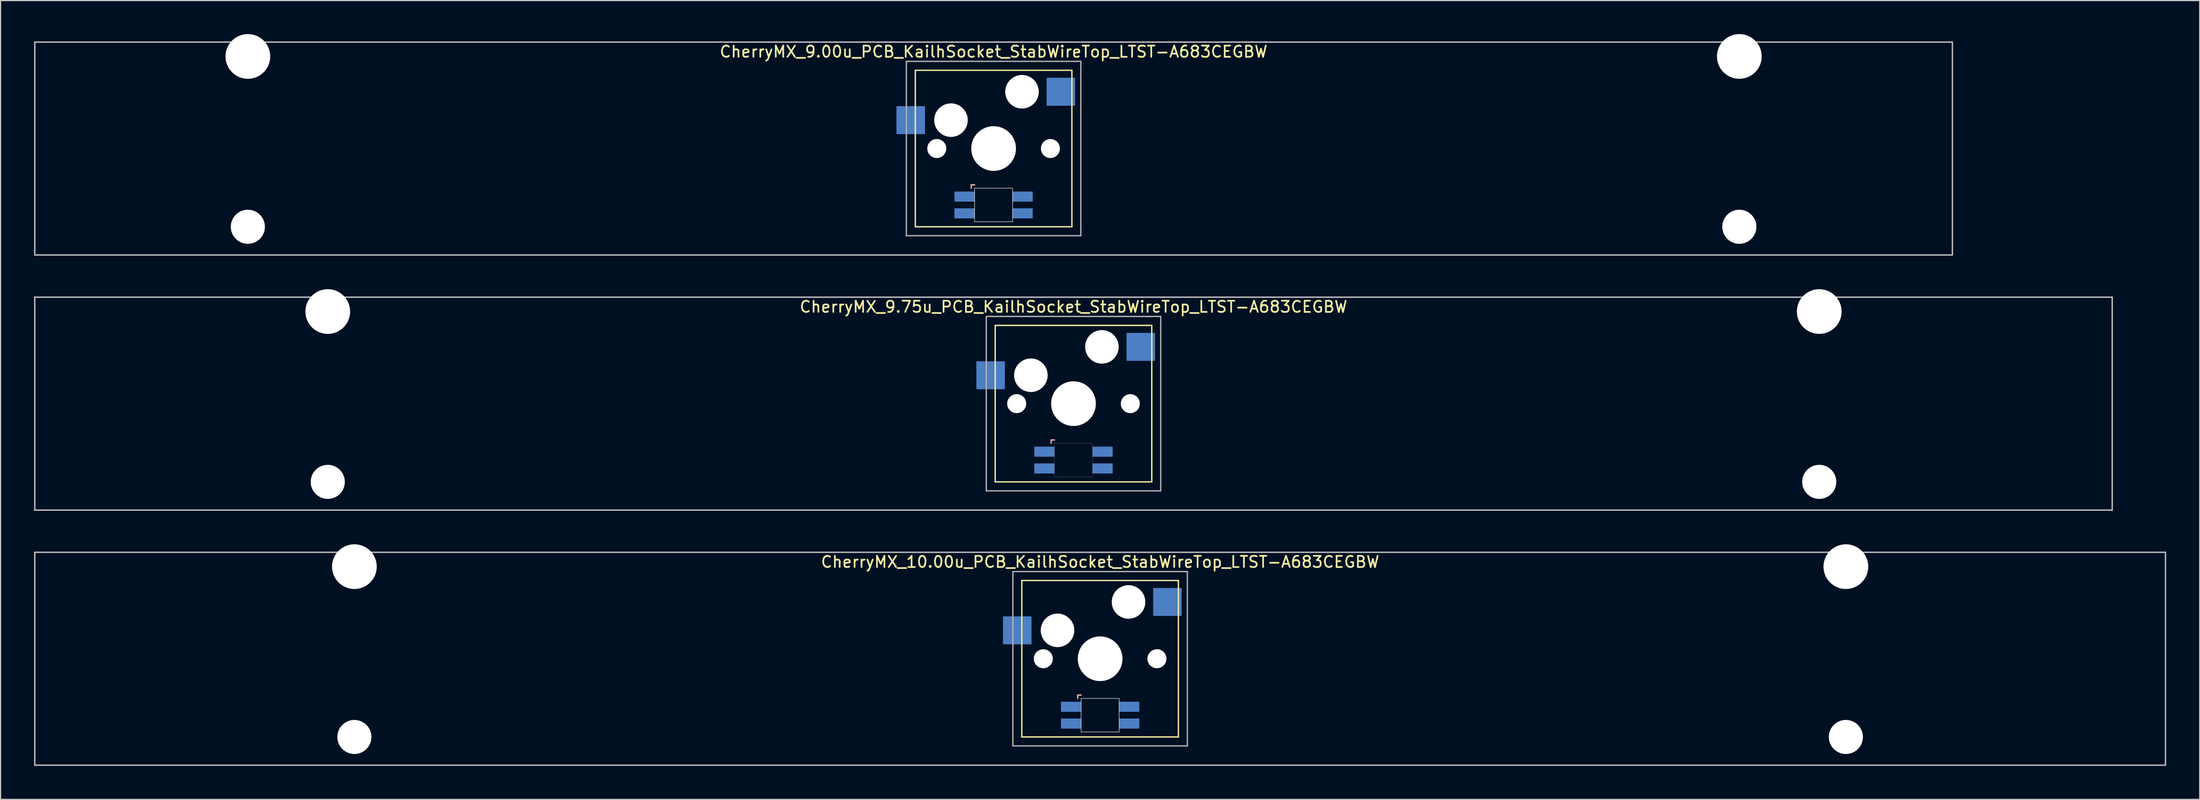
<source format=kicad_pcb>
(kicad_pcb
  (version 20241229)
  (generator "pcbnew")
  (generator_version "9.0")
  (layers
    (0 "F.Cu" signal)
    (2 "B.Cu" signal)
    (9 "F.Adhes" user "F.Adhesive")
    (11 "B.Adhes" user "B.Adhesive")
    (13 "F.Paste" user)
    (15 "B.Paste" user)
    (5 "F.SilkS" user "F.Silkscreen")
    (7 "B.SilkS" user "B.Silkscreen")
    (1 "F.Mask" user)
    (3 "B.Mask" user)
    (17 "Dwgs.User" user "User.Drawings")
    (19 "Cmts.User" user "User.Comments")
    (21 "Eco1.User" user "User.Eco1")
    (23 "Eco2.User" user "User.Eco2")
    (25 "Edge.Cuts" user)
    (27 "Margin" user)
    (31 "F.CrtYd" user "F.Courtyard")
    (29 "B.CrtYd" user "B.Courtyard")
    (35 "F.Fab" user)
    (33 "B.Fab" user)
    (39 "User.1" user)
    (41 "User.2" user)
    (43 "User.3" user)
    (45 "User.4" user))
  (footprint "CherryMX_9.00u_PCB_KailhSocket_StabWireTop_LTST-A683CEGBW"
    (layer "F.Cu")
    (at 85.785 10.24)
    (property "Reference" "CherryMX_9.00u_PCB_KailhSocket_StabWireTop_LTST-A683CEGBW" (at 0 -8.662 0) (layer "F.SilkS") (effects (font (size 1 1) (thickness 0.15))))
    (attr through_hole)
    (fp_line (start -7 -7) (end -7 7) (stroke (width 0.12) (type solid)) (layer "F.SilkS"))
    (fp_line (start -7 -7) (end 7 -7) (stroke (width 0.12) (type solid)) (layer "F.SilkS"))
    (fp_line (start 7 -7) (end 7 7) (stroke (width 0.12) (type solid)) (layer "F.SilkS"))
    (fp_line (start 7 7) (end -7 7) (stroke (width 0.12) (type solid)) (layer "F.SilkS"))
    (fp_line (start -2 3.25) (end -2 3.55) (stroke (width 0.12) (type solid)) (layer "B.SilkS"))
    (fp_line (start -1.7 3.25) (end -2 3.25) (stroke (width 0.12) (type solid)) (layer "B.SilkS"))
    (fp_line (start -85.725 -9.525) (end 85.725 -9.525) (stroke (width 0.12) (type solid)) (layer "Dwgs.User"))
    (fp_line (start -85.725 9.525) (end -85.725 -9.525) (stroke (width 0.12) (type solid)) (layer "Dwgs.User"))
    (fp_line (start 85.725 -9.525) (end 85.725 9.525) (stroke (width 0.12) (type solid)) (layer "Dwgs.User"))
    (fp_line (start 85.725 9.525) (end -85.725 9.525) (stroke (width 0.12) (type solid)) (layer "Dwgs.User"))
    (fp_line (start -1.7 3.55) (end 1.7 3.55) (stroke (width 0.05) (type solid)) (layer "Edge.Cuts"))
    (fp_line (start -1.7 6.55) (end -1.7 3.55) (stroke (width 0.05) (type solid)) (layer "Edge.Cuts"))
    (fp_line (start 1.7 3.55) (end 1.7 6.55) (stroke (width 0.05) (type solid)) (layer "Edge.Cuts"))
    (fp_line (start 1.7 6.55) (end -1.7 6.55) (stroke (width 0.05) (type solid)) (layer "Edge.Cuts"))
    (fp_line (start -7.8 -7.8) (end -7.8 7.8) (stroke (width 0.12) (type solid)) (layer "F.Fab"))
    (fp_line (start -7.8 -7.8) (end 7.8 -7.8) (stroke (width 0.12) (type solid)) (layer "F.Fab"))
    (fp_line (start -7.8 7.8) (end 7.8 7.8) (stroke (width 0.12) (type solid)) (layer "F.Fab"))
    (fp_line (start 7.8 -7.8) (end 7.8 7.8) (stroke (width 0.12) (type solid)) (layer "F.Fab"))
    (pad "" np_thru_hole circle (at -66.675 -8.24) (size 4 4) (drill 4) (layers "*.Cu" "*.Mask"))
    (pad "" np_thru_hole circle (at -66.675 7) (size 3.05 3.05) (drill 3.05) (layers "*.Cu" "*.Mask"))
    (pad "" np_thru_hole circle (at -5.08 0) (size 1.7 1.7) (drill 1.7) (layers "*.Cu" "*.Mask"))
    (pad "" np_thru_hole circle (at -3.81 -2.54) (size 3 3) (drill 3) (layers "*.Cu" "*.Mask"))
    (pad "" np_thru_hole circle (at 0 0) (size 4 4) (drill 4) (layers "*.Cu" "*.Mask"))
    (pad "" np_thru_hole circle (at 2.54 -5.08) (size 3 3) (drill 3) (layers "*.Cu" "*.Mask"))
    (pad "" np_thru_hole circle (at 5.08 0) (size 1.7 1.7) (drill 1.7) (layers "*.Cu" "*.Mask"))
    (pad "" np_thru_hole circle (at 66.675 -8.24) (size 4 4) (drill 4) (layers "*.Cu" "*.Mask"))
    (pad "" np_thru_hole circle (at 66.675 7) (size 3.05 3.05) (drill 3.05) (layers "*.Cu" "*.Mask"))
    (pad "1" smd rect (at -7.41 -2.54) (size 2.55 2.5) (layers "B.Cu" "B.Mask" "B.Paste"))
    (pad "2" smd rect (at 6.015 -5.08) (size 2.55 2.5) (layers "B.Cu" "B.Mask" "B.Paste"))
    (pad "3" smd rect (at -2.6 4.3) (size 1.8 0.9) (layers "B.Cu" "B.Mask" "B.Paste"))
    (pad "4" smd rect (at -2.6 5.8) (size 1.8 0.9) (layers "B.Cu" "B.Mask" "B.Paste"))
    (pad "5" smd rect (at 2.6 4.3) (size 1.8 0.9) (layers "B.Cu" "B.Mask" "B.Paste"))
    (pad "6" smd rect (at 2.6 5.8) (size 1.8 0.9) (layers "B.Cu" "B.Mask" "B.Paste")))
  (footprint "CherryMX_10.00u_PCB_KailhSocket_StabWireTop_LTST-A683CEGBW"
    (layer "F.Cu")
    (at 95.31 55.89)
    (property "Reference" "CherryMX_10.00u_PCB_KailhSocket_StabWireTop_LTST-A683CEGBW" (at 0 -8.662 0) (layer "F.SilkS") (effects (font (size 1 1) (thickness 0.15))))
    (attr through_hole)
    (fp_line (start -7 -7) (end -7 7) (stroke (width 0.12) (type solid)) (layer "F.SilkS"))
    (fp_line (start -7 -7) (end 7 -7) (stroke (width 0.12) (type solid)) (layer "F.SilkS"))
    (fp_line (start 7 -7) (end 7 7) (stroke (width 0.12) (type solid)) (layer "F.SilkS"))
    (fp_line (start 7 7) (end -7 7) (stroke (width 0.12) (type solid)) (layer "F.SilkS"))
    (fp_line (start -2 3.25) (end -2 3.55) (stroke (width 0.12) (type solid)) (layer "B.SilkS"))
    (fp_line (start -1.7 3.25) (end -2 3.25) (stroke (width 0.12) (type solid)) (layer "B.SilkS"))
    (fp_line (start -95.25 -9.525) (end 95.25 -9.525) (stroke (width 0.12) (type solid)) (layer "Dwgs.User"))
    (fp_line (start -95.25 9.525) (end -95.25 -9.525) (stroke (width 0.12) (type solid)) (layer "Dwgs.User"))
    (fp_line (start 95.25 -9.525) (end 95.25 9.525) (stroke (width 0.12) (type solid)) (layer "Dwgs.User"))
    (fp_line (start 95.25 9.525) (end -95.25 9.525) (stroke (width 0.12) (type solid)) (layer "Dwgs.User"))
    (fp_line (start -1.7 3.55) (end 1.7 3.55) (stroke (width 0.05) (type solid)) (layer "Edge.Cuts"))
    (fp_line (start -1.7 6.55) (end -1.7 3.55) (stroke (width 0.05) (type solid)) (layer "Edge.Cuts"))
    (fp_line (start 1.7 3.55) (end 1.7 6.55) (stroke (width 0.05) (type solid)) (layer "Edge.Cuts"))
    (fp_line (start 1.7 6.55) (end -1.7 6.55) (stroke (width 0.05) (type solid)) (layer "Edge.Cuts"))
    (fp_line (start -7.8 -7.8) (end -7.8 7.8) (stroke (width 0.12) (type solid)) (layer "F.Fab"))
    (fp_line (start -7.8 -7.8) (end 7.8 -7.8) (stroke (width 0.12) (type solid)) (layer "F.Fab"))
    (fp_line (start -7.8 7.8) (end 7.8 7.8) (stroke (width 0.12) (type solid)) (layer "F.Fab"))
    (fp_line (start 7.8 -7.8) (end 7.8 7.8) (stroke (width 0.12) (type solid)) (layer "F.Fab"))
    (pad "" np_thru_hole circle (at -66.675 -8.24) (size 4 4) (drill 4) (layers "*.Cu" "*.Mask"))
    (pad "" np_thru_hole circle (at -66.675 7) (size 3.05 3.05) (drill 3.05) (layers "*.Cu" "*.Mask"))
    (pad "" np_thru_hole circle (at -5.08 0) (size 1.7 1.7) (drill 1.7) (layers "*.Cu" "*.Mask"))
    (pad "" np_thru_hole circle (at -3.81 -2.54) (size 3 3) (drill 3) (layers "*.Cu" "*.Mask"))
    (pad "" np_thru_hole circle (at 0 0) (size 4 4) (drill 4) (layers "*.Cu" "*.Mask"))
    (pad "" np_thru_hole circle (at 2.54 -5.08) (size 3 3) (drill 3) (layers "*.Cu" "*.Mask"))
    (pad "" np_thru_hole circle (at 5.08 0) (size 1.7 1.7) (drill 1.7) (layers "*.Cu" "*.Mask"))
    (pad "" np_thru_hole circle (at 66.675 -8.24) (size 4 4) (drill 4) (layers "*.Cu" "*.Mask"))
    (pad "" np_thru_hole circle (at 66.675 7) (size 3.05 3.05) (drill 3.05) (layers "*.Cu" "*.Mask"))
    (pad "1" smd rect (at -7.41 -2.54) (size 2.55 2.5) (layers "B.Cu" "B.Mask" "B.Paste"))
    (pad "2" smd rect (at 6.015 -5.08) (size 2.55 2.5) (layers "B.Cu" "B.Mask" "B.Paste"))
    (pad "3" smd rect (at -2.6 4.3) (size 1.8 0.9) (layers "B.Cu" "B.Mask" "B.Paste"))
    (pad "4" smd rect (at -2.6 5.8) (size 1.8 0.9) (layers "B.Cu" "B.Mask" "B.Paste"))
    (pad "5" smd rect (at 2.6 4.3) (size 1.8 0.9) (layers "B.Cu" "B.Mask" "B.Paste"))
    (pad "6" smd rect (at 2.6 5.8) (size 1.8 0.9) (layers "B.Cu" "B.Mask" "B.Paste")))
  (footprint "CherryMX_9.75u_PCB_KailhSocket_StabWireTop_LTST-A683CEGBW"
    (layer "F.Cu")
    (at 92.929 33.065)
    (property "Reference" "CherryMX_9.75u_PCB_KailhSocket_StabWireTop_LTST-A683CEGBW" (at 0 -8.662 0) (layer "F.SilkS") (effects (font (size 1 1) (thickness 0.15))))
    (attr through_hole)
    (fp_line (start -7 -7) (end -7 7) (stroke (width 0.12) (type solid)) (layer "F.SilkS"))
    (fp_line (start -7 -7) (end 7 -7) (stroke (width 0.12) (type solid)) (layer "F.SilkS"))
    (fp_line (start 7 -7) (end 7 7) (stroke (width 0.12) (type solid)) (layer "F.SilkS"))
    (fp_line (start 7 7) (end -7 7) (stroke (width 0.12) (type solid)) (layer "F.SilkS"))
    (fp_line (start -2 3.25) (end -2 3.55) (stroke (width 0.12) (type solid)) (layer "B.SilkS"))
    (fp_line (start -1.7 3.25) (end -2 3.25) (stroke (width 0.12) (type solid)) (layer "B.SilkS"))
    (fp_line (start -92.869 -9.525) (end 92.869 -9.525) (stroke (width 0.12) (type solid)) (layer "Dwgs.User"))
    (fp_line (start -92.869 9.525) (end -92.869 -9.525) (stroke (width 0.12) (type solid)) (layer "Dwgs.User"))
    (fp_line (start 92.869 -9.525) (end 92.869 9.525) (stroke (width 0.12) (type solid)) (layer "Dwgs.User"))
    (fp_line (start 92.869 9.525) (end -92.869 9.525) (stroke (width 0.12) (type solid)) (layer "Dwgs.User"))
    (fp_poly (pts (xy 1.7 6.55) (xy -1.7 6.55) (xy -1.7 3.55) (xy 1.7 3.55)) (stroke (width 0.01) (type solid)) (fill no) (layer "Edge.Cuts"))
    (fp_line (start -7.8 -7.8) (end -7.8 7.8) (stroke (width 0.12) (type solid)) (layer "F.Fab"))
    (fp_line (start -7.8 -7.8) (end 7.8 -7.8) (stroke (width 0.12) (type solid)) (layer "F.Fab"))
    (fp_line (start -7.8 7.8) (end 7.8 7.8) (stroke (width 0.12) (type solid)) (layer "F.Fab"))
    (fp_line (start 7.8 -7.8) (end 7.8 7.8) (stroke (width 0.12) (type solid)) (layer "F.Fab"))
    (pad "" np_thru_hole circle (at -66.675 -8.24) (size 4 4) (drill 4) (layers "*.Cu" "*.Mask"))
    (pad "" np_thru_hole circle (at -66.675 7) (size 3.05 3.05) (drill 3.05) (layers "*.Cu" "*.Mask"))
    (pad "" np_thru_hole circle (at -5.08 0) (size 1.7 1.7) (drill 1.7) (layers "*.Cu" "*.Mask"))
    (pad "" np_thru_hole circle (at -3.81 -2.54) (size 3 3) (drill 3) (layers "*.Cu" "*.Mask"))
    (pad "" np_thru_hole circle (at 0 0) (size 4 4) (drill 4) (layers "*.Cu" "*.Mask"))
    (pad "" np_thru_hole circle (at 2.54 -5.08) (size 3 3) (drill 3) (layers "*.Cu" "*.Mask"))
    (pad "" np_thru_hole circle (at 5.08 0) (size 1.7 1.7) (drill 1.7) (layers "*.Cu" "*.Mask"))
    (pad "" np_thru_hole circle (at 66.675 -8.24) (size 4 4) (drill 4) (layers "*.Cu" "*.Mask"))
    (pad "" np_thru_hole circle (at 66.675 7) (size 3.05 3.05) (drill 3.05) (layers "*.Cu" "*.Mask"))
    (pad "1" smd rect (at -7.41 -2.54) (size 2.55 2.5) (layers "B.Cu" "B.Mask" "B.Paste"))
    (pad "2" smd rect (at 6.015 -5.08) (size 2.55 2.5) (layers "B.Cu" "B.Mask" "B.Paste"))
    (pad "3" smd rect (at -2.6 4.3) (size 1.8 0.9) (layers "B.Cu" "B.Mask" "B.Paste"))
    (pad "4" smd rect (at -2.6 5.8) (size 1.8 0.9) (layers "B.Cu" "B.Mask" "B.Paste"))
    (pad "5" smd rect (at 2.6 4.3) (size 1.8 0.9) (layers "B.Cu" "B.Mask" "B.Paste"))
    (pad "6" smd rect (at 2.6 5.8) (size 1.8 0.9) (layers "B.Cu" "B.Mask" "B.Paste")))
  (gr_rect
    (start -3 -3)
    (end 193.62 68.475)
    (stroke (width 0.1) (type default))
    (fill no)
    (layer "Edge.Cuts")))
</source>
